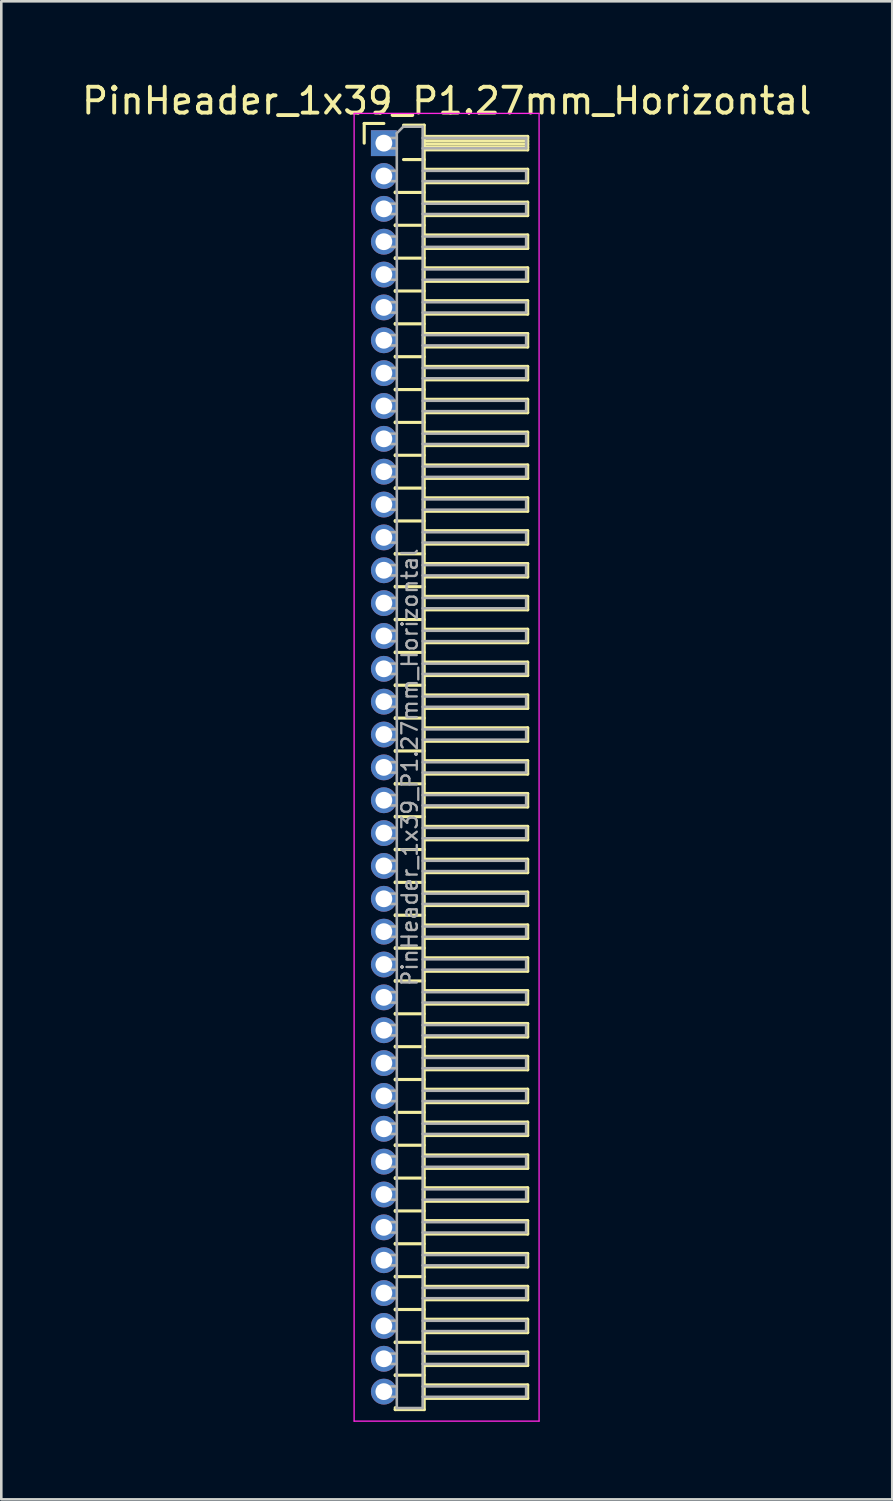
<source format=kicad_pcb>
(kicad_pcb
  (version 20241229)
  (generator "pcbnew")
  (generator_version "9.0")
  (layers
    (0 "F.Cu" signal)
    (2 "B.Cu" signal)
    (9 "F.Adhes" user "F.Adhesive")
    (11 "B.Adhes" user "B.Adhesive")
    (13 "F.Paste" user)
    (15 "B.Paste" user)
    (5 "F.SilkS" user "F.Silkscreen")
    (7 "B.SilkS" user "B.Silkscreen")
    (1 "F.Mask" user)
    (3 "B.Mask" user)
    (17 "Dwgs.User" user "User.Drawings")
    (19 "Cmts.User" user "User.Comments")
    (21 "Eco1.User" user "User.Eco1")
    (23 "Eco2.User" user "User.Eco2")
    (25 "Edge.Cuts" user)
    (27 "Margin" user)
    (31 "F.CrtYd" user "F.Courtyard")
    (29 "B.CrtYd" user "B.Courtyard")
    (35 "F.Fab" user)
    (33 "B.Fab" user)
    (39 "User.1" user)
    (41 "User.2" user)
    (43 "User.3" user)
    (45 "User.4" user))
  (footprint "PinHeader_1x39_P1.27mm_Horizontal"
    (layer "F.Cu")
    (at 11.788 2.483)
    (property "Reference" "PinHeader_1x39_P1.27mm_Horizontal" (at 2.433 -1.635 0) (layer "F.SilkS") (effects (font (size 1 1) (thickness 0.15))))
    (attr through_hole)
    (fp_line (start -0.76 -0.76) (end 0 -0.76) (stroke (width 0.12) (type solid)) (layer "F.SilkS"))
    (fp_line (start -0.76 0) (end -0.76 -0.76) (stroke (width 0.12) (type solid)) (layer "F.SilkS"))
    (fp_line (start 0.44 1.89) (end 0.44 1.92) (stroke (width 0.12) (type solid)) (layer "F.SilkS"))
    (fp_line (start 0.44 1.905) (end 1.56 1.905) (stroke (width 0.12) (type solid)) (layer "F.SilkS"))
    (fp_line (start 0.44 3.16) (end 0.44 3.19) (stroke (width 0.12) (type solid)) (layer "F.SilkS"))
    (fp_line (start 0.44 3.175) (end 1.56 3.175) (stroke (width 0.12) (type solid)) (layer "F.SilkS"))
    (fp_line (start 0.44 4.43) (end 0.44 4.46) (stroke (width 0.12) (type solid)) (layer "F.SilkS"))
    (fp_line (start 0.44 4.445) (end 1.56 4.445) (stroke (width 0.12) (type solid)) (layer "F.SilkS"))
    (fp_line (start 0.44 5.7) (end 0.44 5.73) (stroke (width 0.12) (type solid)) (layer "F.SilkS"))
    (fp_line (start 0.44 5.715) (end 1.56 5.715) (stroke (width 0.12) (type solid)) (layer "F.SilkS"))
    (fp_line (start 0.44 6.97) (end 0.44 7) (stroke (width 0.12) (type solid)) (layer "F.SilkS"))
    (fp_line (start 0.44 6.985) (end 1.56 6.985) (stroke (width 0.12) (type solid)) (layer "F.SilkS"))
    (fp_line (start 0.44 8.24) (end 0.44 8.27) (stroke (width 0.12) (type solid)) (layer "F.SilkS"))
    (fp_line (start 0.44 8.255) (end 1.56 8.255) (stroke (width 0.12) (type solid)) (layer "F.SilkS"))
    (fp_line (start 0.44 9.51) (end 0.44 9.54) (stroke (width 0.12) (type solid)) (layer "F.SilkS"))
    (fp_line (start 0.44 9.525) (end 1.56 9.525) (stroke (width 0.12) (type solid)) (layer "F.SilkS"))
    (fp_line (start 0.44 10.78) (end 0.44 10.81) (stroke (width 0.12) (type solid)) (layer "F.SilkS"))
    (fp_line (start 0.44 10.795) (end 1.56 10.795) (stroke (width 0.12) (type solid)) (layer "F.SilkS"))
    (fp_line (start 0.44 12.05) (end 0.44 12.08) (stroke (width 0.12) (type solid)) (layer "F.SilkS"))
    (fp_line (start 0.44 12.065) (end 1.56 12.065) (stroke (width 0.12) (type solid)) (layer "F.SilkS"))
    (fp_line (start 0.44 13.32) (end 0.44 13.35) (stroke (width 0.12) (type solid)) (layer "F.SilkS"))
    (fp_line (start 0.44 13.335) (end 1.56 13.335) (stroke (width 0.12) (type solid)) (layer "F.SilkS"))
    (fp_line (start 0.44 14.59) (end 0.44 14.62) (stroke (width 0.12) (type solid)) (layer "F.SilkS"))
    (fp_line (start 0.44 14.605) (end 1.56 14.605) (stroke (width 0.12) (type solid)) (layer "F.SilkS"))
    (fp_line (start 0.44 15.86) (end 0.44 15.89) (stroke (width 0.12) (type solid)) (layer "F.SilkS"))
    (fp_line (start 0.44 15.875) (end 1.56 15.875) (stroke (width 0.12) (type solid)) (layer "F.SilkS"))
    (fp_line (start 0.44 17.13) (end 0.44 17.16) (stroke (width 0.12) (type solid)) (layer "F.SilkS"))
    (fp_line (start 0.44 17.145) (end 1.56 17.145) (stroke (width 0.12) (type solid)) (layer "F.SilkS"))
    (fp_line (start 0.44 18.4) (end 0.44 18.43) (stroke (width 0.12) (type solid)) (layer "F.SilkS"))
    (fp_line (start 0.44 18.415) (end 1.56 18.415) (stroke (width 0.12) (type solid)) (layer "F.SilkS"))
    (fp_line (start 0.44 19.67) (end 0.44 19.7) (stroke (width 0.12) (type solid)) (layer "F.SilkS"))
    (fp_line (start 0.44 19.685) (end 1.56 19.685) (stroke (width 0.12) (type solid)) (layer "F.SilkS"))
    (fp_line (start 0.44 20.94) (end 0.44 20.97) (stroke (width 0.12) (type solid)) (layer "F.SilkS"))
    (fp_line (start 0.44 20.955) (end 1.56 20.955) (stroke (width 0.12) (type solid)) (layer "F.SilkS"))
    (fp_line (start 0.44 22.21) (end 0.44 22.24) (stroke (width 0.12) (type solid)) (layer "F.SilkS"))
    (fp_line (start 0.44 22.225) (end 1.56 22.225) (stroke (width 0.12) (type solid)) (layer "F.SilkS"))
    (fp_line (start 0.44 23.48) (end 0.44 23.51) (stroke (width 0.12) (type solid)) (layer "F.SilkS"))
    (fp_line (start 0.44 23.495) (end 1.56 23.495) (stroke (width 0.12) (type solid)) (layer "F.SilkS"))
    (fp_line (start 0.44 24.75) (end 0.44 24.78) (stroke (width 0.12) (type solid)) (layer "F.SilkS"))
    (fp_line (start 0.44 24.765) (end 1.56 24.765) (stroke (width 0.12) (type solid)) (layer "F.SilkS"))
    (fp_line (start 0.44 26.02) (end 0.44 26.05) (stroke (width 0.12) (type solid)) (layer "F.SilkS"))
    (fp_line (start 0.44 26.035) (end 1.56 26.035) (stroke (width 0.12) (type solid)) (layer "F.SilkS"))
    (fp_line (start 0.44 27.29) (end 0.44 27.32) (stroke (width 0.12) (type solid)) (layer "F.SilkS"))
    (fp_line (start 0.44 27.305) (end 1.56 27.305) (stroke (width 0.12) (type solid)) (layer "F.SilkS"))
    (fp_line (start 0.44 28.56) (end 0.44 28.59) (stroke (width 0.12) (type solid)) (layer "F.SilkS"))
    (fp_line (start 0.44 28.575) (end 1.56 28.575) (stroke (width 0.12) (type solid)) (layer "F.SilkS"))
    (fp_line (start 0.44 29.83) (end 0.44 29.86) (stroke (width 0.12) (type solid)) (layer "F.SilkS"))
    (fp_line (start 0.44 29.845) (end 1.56 29.845) (stroke (width 0.12) (type solid)) (layer "F.SilkS"))
    (fp_line (start 0.44 31.1) (end 0.44 31.13) (stroke (width 0.12) (type solid)) (layer "F.SilkS"))
    (fp_line (start 0.44 31.115) (end 1.56 31.115) (stroke (width 0.12) (type solid)) (layer "F.SilkS"))
    (fp_line (start 0.44 32.37) (end 0.44 32.4) (stroke (width 0.12) (type solid)) (layer "F.SilkS"))
    (fp_line (start 0.44 32.385) (end 1.56 32.385) (stroke (width 0.12) (type solid)) (layer "F.SilkS"))
    (fp_line (start 0.44 33.64) (end 0.44 33.67) (stroke (width 0.12) (type solid)) (layer "F.SilkS"))
    (fp_line (start 0.44 33.655) (end 1.56 33.655) (stroke (width 0.12) (type solid)) (layer "F.SilkS"))
    (fp_line (start 0.44 34.91) (end 0.44 34.94) (stroke (width 0.12) (type solid)) (layer "F.SilkS"))
    (fp_line (start 0.44 34.925) (end 1.56 34.925) (stroke (width 0.12) (type solid)) (layer "F.SilkS"))
    (fp_line (start 0.44 36.18) (end 0.44 36.21) (stroke (width 0.12) (type solid)) (layer "F.SilkS"))
    (fp_line (start 0.44 36.195) (end 1.56 36.195) (stroke (width 0.12) (type solid)) (layer "F.SilkS"))
    (fp_line (start 0.44 37.45) (end 0.44 37.48) (stroke (width 0.12) (type solid)) (layer "F.SilkS"))
    (fp_line (start 0.44 37.465) (end 1.56 37.465) (stroke (width 0.12) (type solid)) (layer "F.SilkS"))
    (fp_line (start 0.44 38.72) (end 0.44 38.75) (stroke (width 0.12) (type solid)) (layer "F.SilkS"))
    (fp_line (start 0.44 38.735) (end 1.56 38.735) (stroke (width 0.12) (type solid)) (layer "F.SilkS"))
    (fp_line (start 0.44 39.99) (end 0.44 40.02) (stroke (width 0.12) (type solid)) (layer "F.SilkS"))
    (fp_line (start 0.44 40.005) (end 1.56 40.005) (stroke (width 0.12) (type solid)) (layer "F.SilkS"))
    (fp_line (start 0.44 41.26) (end 0.44 41.29) (stroke (width 0.12) (type solid)) (layer "F.SilkS"))
    (fp_line (start 0.44 41.275) (end 1.56 41.275) (stroke (width 0.12) (type solid)) (layer "F.SilkS"))
    (fp_line (start 0.44 42.53) (end 0.44 42.56) (stroke (width 0.12) (type solid)) (layer "F.SilkS"))
    (fp_line (start 0.44 42.545) (end 1.56 42.545) (stroke (width 0.12) (type solid)) (layer "F.SilkS"))
    (fp_line (start 0.44 43.8) (end 0.44 43.83) (stroke (width 0.12) (type solid)) (layer "F.SilkS"))
    (fp_line (start 0.44 43.815) (end 1.56 43.815) (stroke (width 0.12) (type solid)) (layer "F.SilkS"))
    (fp_line (start 0.44 45.07) (end 0.44 45.1) (stroke (width 0.12) (type solid)) (layer "F.SilkS"))
    (fp_line (start 0.44 45.085) (end 1.56 45.085) (stroke (width 0.12) (type solid)) (layer "F.SilkS"))
    (fp_line (start 0.44 46.34) (end 0.44 46.37) (stroke (width 0.12) (type solid)) (layer "F.SilkS"))
    (fp_line (start 0.44 46.355) (end 1.56 46.355) (stroke (width 0.12) (type solid)) (layer "F.SilkS"))
    (fp_line (start 0.44 47.61) (end 0.44 47.64) (stroke (width 0.12) (type solid)) (layer "F.SilkS"))
    (fp_line (start 0.44 47.625) (end 1.56 47.625) (stroke (width 0.12) (type solid)) (layer "F.SilkS"))
    (fp_line (start 0.44 48.955) (end 0.44 48.88) (stroke (width 0.12) (type solid)) (layer "F.SilkS"))
    (fp_line (start 0.76 -0.695) (end 1.56 -0.695) (stroke (width 0.12) (type solid)) (layer "F.SilkS"))
    (fp_line (start 0.76 0.635) (end 1.56 0.635) (stroke (width 0.12) (type solid)) (layer "F.SilkS"))
    (fp_line (start 1.56 -0.695) (end 1.56 48.955) (stroke (width 0.12) (type solid)) (layer "F.SilkS"))
    (fp_line (start 1.56 -0.26) (end 5.56 -0.26) (stroke (width 0.12) (type solid)) (layer "F.SilkS"))
    (fp_line (start 1.56 -0.2) (end 5.56 -0.2) (stroke (width 0.12) (type solid)) (layer "F.SilkS"))
    (fp_line (start 1.56 -0.08) (end 5.56 -0.08) (stroke (width 0.12) (type solid)) (layer "F.SilkS"))
    (fp_line (start 1.56 0.04) (end 5.56 0.04) (stroke (width 0.12) (type solid)) (layer "F.SilkS"))
    (fp_line (start 1.56 0.16) (end 5.56 0.16) (stroke (width 0.12) (type solid)) (layer "F.SilkS"))
    (fp_line (start 1.56 1.01) (end 5.56 1.01) (stroke (width 0.12) (type solid)) (layer "F.SilkS"))
    (fp_line (start 1.56 2.28) (end 5.56 2.28) (stroke (width 0.12) (type solid)) (layer "F.SilkS"))
    (fp_line (start 1.56 3.55) (end 5.56 3.55) (stroke (width 0.12) (type solid)) (layer "F.SilkS"))
    (fp_line (start 1.56 4.82) (end 5.56 4.82) (stroke (width 0.12) (type solid)) (layer "F.SilkS"))
    (fp_line (start 1.56 6.09) (end 5.56 6.09) (stroke (width 0.12) (type solid)) (layer "F.SilkS"))
    (fp_line (start 1.56 7.36) (end 5.56 7.36) (stroke (width 0.12) (type solid)) (layer "F.SilkS"))
    (fp_line (start 1.56 8.63) (end 5.56 8.63) (stroke (width 0.12) (type solid)) (layer "F.SilkS"))
    (fp_line (start 1.56 9.9) (end 5.56 9.9) (stroke (width 0.12) (type solid)) (layer "F.SilkS"))
    (fp_line (start 1.56 11.17) (end 5.56 11.17) (stroke (width 0.12) (type solid)) (layer "F.SilkS"))
    (fp_line (start 1.56 12.44) (end 5.56 12.44) (stroke (width 0.12) (type solid)) (layer "F.SilkS"))
    (fp_line (start 1.56 13.71) (end 5.56 13.71) (stroke (width 0.12) (type solid)) (layer "F.SilkS"))
    (fp_line (start 1.56 14.98) (end 5.56 14.98) (stroke (width 0.12) (type solid)) (layer "F.SilkS"))
    (fp_line (start 1.56 16.25) (end 5.56 16.25) (stroke (width 0.12) (type solid)) (layer "F.SilkS"))
    (fp_line (start 1.56 17.52) (end 5.56 17.52) (stroke (width 0.12) (type solid)) (layer "F.SilkS"))
    (fp_line (start 1.56 18.79) (end 5.56 18.79) (stroke (width 0.12) (type solid)) (layer "F.SilkS"))
    (fp_line (start 1.56 20.06) (end 5.56 20.06) (stroke (width 0.12) (type solid)) (layer "F.SilkS"))
    (fp_line (start 1.56 21.33) (end 5.56 21.33) (stroke (width 0.12) (type solid)) (layer "F.SilkS"))
    (fp_line (start 1.56 22.6) (end 5.56 22.6) (stroke (width 0.12) (type solid)) (layer "F.SilkS"))
    (fp_line (start 1.56 23.87) (end 5.56 23.87) (stroke (width 0.12) (type solid)) (layer "F.SilkS"))
    (fp_line (start 1.56 25.14) (end 5.56 25.14) (stroke (width 0.12) (type solid)) (layer "F.SilkS"))
    (fp_line (start 1.56 26.41) (end 5.56 26.41) (stroke (width 0.12) (type solid)) (layer "F.SilkS"))
    (fp_line (start 1.56 27.68) (end 5.56 27.68) (stroke (width 0.12) (type solid)) (layer "F.SilkS"))
    (fp_line (start 1.56 28.95) (end 5.56 28.95) (stroke (width 0.12) (type solid)) (layer "F.SilkS"))
    (fp_line (start 1.56 30.22) (end 5.56 30.22) (stroke (width 0.12) (type solid)) (layer "F.SilkS"))
    (fp_line (start 1.56 31.49) (end 5.56 31.49) (stroke (width 0.12) (type solid)) (layer "F.SilkS"))
    (fp_line (start 1.56 32.76) (end 5.56 32.76) (stroke (width 0.12) (type solid)) (layer "F.SilkS"))
    (fp_line (start 1.56 34.03) (end 5.56 34.03) (stroke (width 0.12) (type solid)) (layer "F.SilkS"))
    (fp_line (start 1.56 35.3) (end 5.56 35.3) (stroke (width 0.12) (type solid)) (layer "F.SilkS"))
    (fp_line (start 1.56 36.57) (end 5.56 36.57) (stroke (width 0.12) (type solid)) (layer "F.SilkS"))
    (fp_line (start 1.56 37.84) (end 5.56 37.84) (stroke (width 0.12) (type solid)) (layer "F.SilkS"))
    (fp_line (start 1.56 39.11) (end 5.56 39.11) (stroke (width 0.12) (type solid)) (layer "F.SilkS"))
    (fp_line (start 1.56 40.38) (end 5.56 40.38) (stroke (width 0.12) (type solid)) (layer "F.SilkS"))
    (fp_line (start 1.56 41.65) (end 5.56 41.65) (stroke (width 0.12) (type solid)) (layer "F.SilkS"))
    (fp_line (start 1.56 42.92) (end 5.56 42.92) (stroke (width 0.12) (type solid)) (layer "F.SilkS"))
    (fp_line (start 1.56 44.19) (end 5.56 44.19) (stroke (width 0.12) (type solid)) (layer "F.SilkS"))
    (fp_line (start 1.56 45.46) (end 5.56 45.46) (stroke (width 0.12) (type solid)) (layer "F.SilkS"))
    (fp_line (start 1.56 46.73) (end 5.56 46.73) (stroke (width 0.12) (type solid)) (layer "F.SilkS"))
    (fp_line (start 1.56 48) (end 5.56 48) (stroke (width 0.12) (type solid)) (layer "F.SilkS"))
    (fp_line (start 1.56 48.955) (end 0.44 48.955) (stroke (width 0.12) (type solid)) (layer "F.SilkS"))
    (fp_line (start 5.56 -0.26) (end 5.56 0.26) (stroke (width 0.12) (type solid)) (layer "F.SilkS"))
    (fp_line (start 5.56 0.26) (end 1.56 0.26) (stroke (width 0.12) (type solid)) (layer "F.SilkS"))
    (fp_line (start 5.56 1.01) (end 5.56 1.53) (stroke (width 0.12) (type solid)) (layer "F.SilkS"))
    (fp_line (start 5.56 1.53) (end 1.56 1.53) (stroke (width 0.12) (type solid)) (layer "F.SilkS"))
    (fp_line (start 5.56 2.28) (end 5.56 2.8) (stroke (width 0.12) (type solid)) (layer "F.SilkS"))
    (fp_line (start 5.56 2.8) (end 1.56 2.8) (stroke (width 0.12) (type solid)) (layer "F.SilkS"))
    (fp_line (start 5.56 3.55) (end 5.56 4.07) (stroke (width 0.12) (type solid)) (layer "F.SilkS"))
    (fp_line (start 5.56 4.07) (end 1.56 4.07) (stroke (width 0.12) (type solid)) (layer "F.SilkS"))
    (fp_line (start 5.56 4.82) (end 5.56 5.34) (stroke (width 0.12) (type solid)) (layer "F.SilkS"))
    (fp_line (start 5.56 5.34) (end 1.56 5.34) (stroke (width 0.12) (type solid)) (layer "F.SilkS"))
    (fp_line (start 5.56 6.09) (end 5.56 6.61) (stroke (width 0.12) (type solid)) (layer "F.SilkS"))
    (fp_line (start 5.56 6.61) (end 1.56 6.61) (stroke (width 0.12) (type solid)) (layer "F.SilkS"))
    (fp_line (start 5.56 7.36) (end 5.56 7.88) (stroke (width 0.12) (type solid)) (layer "F.SilkS"))
    (fp_line (start 5.56 7.88) (end 1.56 7.88) (stroke (width 0.12) (type solid)) (layer "F.SilkS"))
    (fp_line (start 5.56 8.63) (end 5.56 9.15) (stroke (width 0.12) (type solid)) (layer "F.SilkS"))
    (fp_line (start 5.56 9.15) (end 1.56 9.15) (stroke (width 0.12) (type solid)) (layer "F.SilkS"))
    (fp_line (start 5.56 9.9) (end 5.56 10.42) (stroke (width 0.12) (type solid)) (layer "F.SilkS"))
    (fp_line (start 5.56 10.42) (end 1.56 10.42) (stroke (width 0.12) (type solid)) (layer "F.SilkS"))
    (fp_line (start 5.56 11.17) (end 5.56 11.69) (stroke (width 0.12) (type solid)) (layer "F.SilkS"))
    (fp_line (start 5.56 11.69) (end 1.56 11.69) (stroke (width 0.12) (type solid)) (layer "F.SilkS"))
    (fp_line (start 5.56 12.44) (end 5.56 12.96) (stroke (width 0.12) (type solid)) (layer "F.SilkS"))
    (fp_line (start 5.56 12.96) (end 1.56 12.96) (stroke (width 0.12) (type solid)) (layer "F.SilkS"))
    (fp_line (start 5.56 13.71) (end 5.56 14.23) (stroke (width 0.12) (type solid)) (layer "F.SilkS"))
    (fp_line (start 5.56 14.23) (end 1.56 14.23) (stroke (width 0.12) (type solid)) (layer "F.SilkS"))
    (fp_line (start 5.56 14.98) (end 5.56 15.5) (stroke (width 0.12) (type solid)) (layer "F.SilkS"))
    (fp_line (start 5.56 15.5) (end 1.56 15.5) (stroke (width 0.12) (type solid)) (layer "F.SilkS"))
    (fp_line (start 5.56 16.25) (end 5.56 16.77) (stroke (width 0.12) (type solid)) (layer "F.SilkS"))
    (fp_line (start 5.56 16.77) (end 1.56 16.77) (stroke (width 0.12) (type solid)) (layer "F.SilkS"))
    (fp_line (start 5.56 17.52) (end 5.56 18.04) (stroke (width 0.12) (type solid)) (layer "F.SilkS"))
    (fp_line (start 5.56 18.04) (end 1.56 18.04) (stroke (width 0.12) (type solid)) (layer "F.SilkS"))
    (fp_line (start 5.56 18.79) (end 5.56 19.31) (stroke (width 0.12) (type solid)) (layer "F.SilkS"))
    (fp_line (start 5.56 19.31) (end 1.56 19.31) (stroke (width 0.12) (type solid)) (layer "F.SilkS"))
    (fp_line (start 5.56 20.06) (end 5.56 20.58) (stroke (width 0.12) (type solid)) (layer "F.SilkS"))
    (fp_line (start 5.56 20.58) (end 1.56 20.58) (stroke (width 0.12) (type solid)) (layer "F.SilkS"))
    (fp_line (start 5.56 21.33) (end 5.56 21.85) (stroke (width 0.12) (type solid)) (layer "F.SilkS"))
    (fp_line (start 5.56 21.85) (end 1.56 21.85) (stroke (width 0.12) (type solid)) (layer "F.SilkS"))
    (fp_line (start 5.56 22.6) (end 5.56 23.12) (stroke (width 0.12) (type solid)) (layer "F.SilkS"))
    (fp_line (start 5.56 23.12) (end 1.56 23.12) (stroke (width 0.12) (type solid)) (layer "F.SilkS"))
    (fp_line (start 5.56 23.87) (end 5.56 24.39) (stroke (width 0.12) (type solid)) (layer "F.SilkS"))
    (fp_line (start 5.56 24.39) (end 1.56 24.39) (stroke (width 0.12) (type solid)) (layer "F.SilkS"))
    (fp_line (start 5.56 25.14) (end 5.56 25.66) (stroke (width 0.12) (type solid)) (layer "F.SilkS"))
    (fp_line (start 5.56 25.66) (end 1.56 25.66) (stroke (width 0.12) (type solid)) (layer "F.SilkS"))
    (fp_line (start 5.56 26.41) (end 5.56 26.93) (stroke (width 0.12) (type solid)) (layer "F.SilkS"))
    (fp_line (start 5.56 26.93) (end 1.56 26.93) (stroke (width 0.12) (type solid)) (layer "F.SilkS"))
    (fp_line (start 5.56 27.68) (end 5.56 28.2) (stroke (width 0.12) (type solid)) (layer "F.SilkS"))
    (fp_line (start 5.56 28.2) (end 1.56 28.2) (stroke (width 0.12) (type solid)) (layer "F.SilkS"))
    (fp_line (start 5.56 28.95) (end 5.56 29.47) (stroke (width 0.12) (type solid)) (layer "F.SilkS"))
    (fp_line (start 5.56 29.47) (end 1.56 29.47) (stroke (width 0.12) (type solid)) (layer "F.SilkS"))
    (fp_line (start 5.56 30.22) (end 5.56 30.74) (stroke (width 0.12) (type solid)) (layer "F.SilkS"))
    (fp_line (start 5.56 30.74) (end 1.56 30.74) (stroke (width 0.12) (type solid)) (layer "F.SilkS"))
    (fp_line (start 5.56 31.49) (end 5.56 32.01) (stroke (width 0.12) (type solid)) (layer "F.SilkS"))
    (fp_line (start 5.56 32.01) (end 1.56 32.01) (stroke (width 0.12) (type solid)) (layer "F.SilkS"))
    (fp_line (start 5.56 32.76) (end 5.56 33.28) (stroke (width 0.12) (type solid)) (layer "F.SilkS"))
    (fp_line (start 5.56 33.28) (end 1.56 33.28) (stroke (width 0.12) (type solid)) (layer "F.SilkS"))
    (fp_line (start 5.56 34.03) (end 5.56 34.55) (stroke (width 0.12) (type solid)) (layer "F.SilkS"))
    (fp_line (start 5.56 34.55) (end 1.56 34.55) (stroke (width 0.12) (type solid)) (layer "F.SilkS"))
    (fp_line (start 5.56 35.3) (end 5.56 35.82) (stroke (width 0.12) (type solid)) (layer "F.SilkS"))
    (fp_line (start 5.56 35.82) (end 1.56 35.82) (stroke (width 0.12) (type solid)) (layer "F.SilkS"))
    (fp_line (start 5.56 36.57) (end 5.56 37.09) (stroke (width 0.12) (type solid)) (layer "F.SilkS"))
    (fp_line (start 5.56 37.09) (end 1.56 37.09) (stroke (width 0.12) (type solid)) (layer "F.SilkS"))
    (fp_line (start 5.56 37.84) (end 5.56 38.36) (stroke (width 0.12) (type solid)) (layer "F.SilkS"))
    (fp_line (start 5.56 38.36) (end 1.56 38.36) (stroke (width 0.12) (type solid)) (layer "F.SilkS"))
    (fp_line (start 5.56 39.11) (end 5.56 39.63) (stroke (width 0.12) (type solid)) (layer "F.SilkS"))
    (fp_line (start 5.56 39.63) (end 1.56 39.63) (stroke (width 0.12) (type solid)) (layer "F.SilkS"))
    (fp_line (start 5.56 40.38) (end 5.56 40.9) (stroke (width 0.12) (type solid)) (layer "F.SilkS"))
    (fp_line (start 5.56 40.9) (end 1.56 40.9) (stroke (width 0.12) (type solid)) (layer "F.SilkS"))
    (fp_line (start 5.56 41.65) (end 5.56 42.17) (stroke (width 0.12) (type solid)) (layer "F.SilkS"))
    (fp_line (start 5.56 42.17) (end 1.56 42.17) (stroke (width 0.12) (type solid)) (layer "F.SilkS"))
    (fp_line (start 5.56 42.92) (end 5.56 43.44) (stroke (width 0.12) (type solid)) (layer "F.SilkS"))
    (fp_line (start 5.56 43.44) (end 1.56 43.44) (stroke (width 0.12) (type solid)) (layer "F.SilkS"))
    (fp_line (start 5.56 44.19) (end 5.56 44.71) (stroke (width 0.12) (type solid)) (layer "F.SilkS"))
    (fp_line (start 5.56 44.71) (end 1.56 44.71) (stroke (width 0.12) (type solid)) (layer "F.SilkS"))
    (fp_line (start 5.56 45.46) (end 5.56 45.98) (stroke (width 0.12) (type solid)) (layer "F.SilkS"))
    (fp_line (start 5.56 45.98) (end 1.56 45.98) (stroke (width 0.12) (type solid)) (layer "F.SilkS"))
    (fp_line (start 5.56 46.73) (end 5.56 47.25) (stroke (width 0.12) (type solid)) (layer "F.SilkS"))
    (fp_line (start 5.56 47.25) (end 1.56 47.25) (stroke (width 0.12) (type solid)) (layer "F.SilkS"))
    (fp_line (start 5.56 48) (end 5.56 48.52) (stroke (width 0.12) (type solid)) (layer "F.SilkS"))
    (fp_line (start 5.56 48.52) (end 1.56 48.52) (stroke (width 0.12) (type solid)) (layer "F.SilkS"))
    (fp_line (start -1.15 -1.15) (end -1.15 49.4) (stroke (width 0.05) (type solid)) (layer "F.CrtYd"))
    (fp_line (start -1.15 49.4) (end 6 49.4) (stroke (width 0.05) (type solid)) (layer "F.CrtYd"))
    (fp_line (start 6 -1.15) (end -1.15 -1.15) (stroke (width 0.05) (type solid)) (layer "F.CrtYd"))
    (fp_line (start 6 49.4) (end 6 -1.15) (stroke (width 0.05) (type solid)) (layer "F.CrtYd"))
    (fp_line (start -0.2 -0.2) (end -0.2 0.2) (stroke (width 0.1) (type solid)) (layer "F.Fab"))
    (fp_line (start -0.2 -0.2) (end 0.5 -0.2) (stroke (width 0.1) (type solid)) (layer "F.Fab"))
    (fp_line (start -0.2 0.2) (end 0.5 0.2) (stroke (width 0.1) (type solid)) (layer "F.Fab"))
    (fp_line (start -0.2 1.07) (end -0.2 1.47) (stroke (width 0.1) (type solid)) (layer "F.Fab"))
    (fp_line (start -0.2 1.07) (end 0.5 1.07) (stroke (width 0.1) (type solid)) (layer "F.Fab"))
    (fp_line (start -0.2 1.47) (end 0.5 1.47) (stroke (width 0.1) (type solid)) (layer "F.Fab"))
    (fp_line (start -0.2 2.34) (end -0.2 2.74) (stroke (width 0.1) (type solid)) (layer "F.Fab"))
    (fp_line (start -0.2 2.34) (end 0.5 2.34) (stroke (width 0.1) (type solid)) (layer "F.Fab"))
    (fp_line (start -0.2 2.74) (end 0.5 2.74) (stroke (width 0.1) (type solid)) (layer "F.Fab"))
    (fp_line (start -0.2 3.61) (end -0.2 4.01) (stroke (width 0.1) (type solid)) (layer "F.Fab"))
    (fp_line (start -0.2 3.61) (end 0.5 3.61) (stroke (width 0.1) (type solid)) (layer "F.Fab"))
    (fp_line (start -0.2 4.01) (end 0.5 4.01) (stroke (width 0.1) (type solid)) (layer "F.Fab"))
    (fp_line (start -0.2 4.88) (end -0.2 5.28) (stroke (width 0.1) (type solid)) (layer "F.Fab"))
    (fp_line (start -0.2 4.88) (end 0.5 4.88) (stroke (width 0.1) (type solid)) (layer "F.Fab"))
    (fp_line (start -0.2 5.28) (end 0.5 5.28) (stroke (width 0.1) (type solid)) (layer "F.Fab"))
    (fp_line (start -0.2 6.15) (end -0.2 6.55) (stroke (width 0.1) (type solid)) (layer "F.Fab"))
    (fp_line (start -0.2 6.15) (end 0.5 6.15) (stroke (width 0.1) (type solid)) (layer "F.Fab"))
    (fp_line (start -0.2 6.55) (end 0.5 6.55) (stroke (width 0.1) (type solid)) (layer "F.Fab"))
    (fp_line (start -0.2 7.42) (end -0.2 7.82) (stroke (width 0.1) (type solid)) (layer "F.Fab"))
    (fp_line (start -0.2 7.42) (end 0.5 7.42) (stroke (width 0.1) (type solid)) (layer "F.Fab"))
    (fp_line (start -0.2 7.82) (end 0.5 7.82) (stroke (width 0.1) (type solid)) (layer "F.Fab"))
    (fp_line (start -0.2 8.69) (end -0.2 9.09) (stroke (width 0.1) (type solid)) (layer "F.Fab"))
    (fp_line (start -0.2 8.69) (end 0.5 8.69) (stroke (width 0.1) (type solid)) (layer "F.Fab"))
    (fp_line (start -0.2 9.09) (end 0.5 9.09) (stroke (width 0.1) (type solid)) (layer "F.Fab"))
    (fp_line (start -0.2 9.96) (end -0.2 10.36) (stroke (width 0.1) (type solid)) (layer "F.Fab"))
    (fp_line (start -0.2 9.96) (end 0.5 9.96) (stroke (width 0.1) (type solid)) (layer "F.Fab"))
    (fp_line (start -0.2 10.36) (end 0.5 10.36) (stroke (width 0.1) (type solid)) (layer "F.Fab"))
    (fp_line (start -0.2 11.23) (end -0.2 11.63) (stroke (width 0.1) (type solid)) (layer "F.Fab"))
    (fp_line (start -0.2 11.23) (end 0.5 11.23) (stroke (width 0.1) (type solid)) (layer "F.Fab"))
    (fp_line (start -0.2 11.63) (end 0.5 11.63) (stroke (width 0.1) (type solid)) (layer "F.Fab"))
    (fp_line (start -0.2 12.5) (end -0.2 12.9) (stroke (width 0.1) (type solid)) (layer "F.Fab"))
    (fp_line (start -0.2 12.5) (end 0.5 12.5) (stroke (width 0.1) (type solid)) (layer "F.Fab"))
    (fp_line (start -0.2 12.9) (end 0.5 12.9) (stroke (width 0.1) (type solid)) (layer "F.Fab"))
    (fp_line (start -0.2 13.77) (end -0.2 14.17) (stroke (width 0.1) (type solid)) (layer "F.Fab"))
    (fp_line (start -0.2 13.77) (end 0.5 13.77) (stroke (width 0.1) (type solid)) (layer "F.Fab"))
    (fp_line (start -0.2 14.17) (end 0.5 14.17) (stroke (width 0.1) (type solid)) (layer "F.Fab"))
    (fp_line (start -0.2 15.04) (end -0.2 15.44) (stroke (width 0.1) (type solid)) (layer "F.Fab"))
    (fp_line (start -0.2 15.04) (end 0.5 15.04) (stroke (width 0.1) (type solid)) (layer "F.Fab"))
    (fp_line (start -0.2 15.44) (end 0.5 15.44) (stroke (width 0.1) (type solid)) (layer "F.Fab"))
    (fp_line (start -0.2 16.31) (end -0.2 16.71) (stroke (width 0.1) (type solid)) (layer "F.Fab"))
    (fp_line (start -0.2 16.31) (end 0.5 16.31) (stroke (width 0.1) (type solid)) (layer "F.Fab"))
    (fp_line (start -0.2 16.71) (end 0.5 16.71) (stroke (width 0.1) (type solid)) (layer "F.Fab"))
    (fp_line (start -0.2 17.58) (end -0.2 17.98) (stroke (width 0.1) (type solid)) (layer "F.Fab"))
    (fp_line (start -0.2 17.58) (end 0.5 17.58) (stroke (width 0.1) (type solid)) (layer "F.Fab"))
    (fp_line (start -0.2 17.98) (end 0.5 17.98) (stroke (width 0.1) (type solid)) (layer "F.Fab"))
    (fp_line (start -0.2 18.85) (end -0.2 19.25) (stroke (width 0.1) (type solid)) (layer "F.Fab"))
    (fp_line (start -0.2 18.85) (end 0.5 18.85) (stroke (width 0.1) (type solid)) (layer "F.Fab"))
    (fp_line (start -0.2 19.25) (end 0.5 19.25) (stroke (width 0.1) (type solid)) (layer "F.Fab"))
    (fp_line (start -0.2 20.12) (end -0.2 20.52) (stroke (width 0.1) (type solid)) (layer "F.Fab"))
    (fp_line (start -0.2 20.12) (end 0.5 20.12) (stroke (width 0.1) (type solid)) (layer "F.Fab"))
    (fp_line (start -0.2 20.52) (end 0.5 20.52) (stroke (width 0.1) (type solid)) (layer "F.Fab"))
    (fp_line (start -0.2 21.39) (end -0.2 21.79) (stroke (width 0.1) (type solid)) (layer "F.Fab"))
    (fp_line (start -0.2 21.39) (end 0.5 21.39) (stroke (width 0.1) (type solid)) (layer "F.Fab"))
    (fp_line (start -0.2 21.79) (end 0.5 21.79) (stroke (width 0.1) (type solid)) (layer "F.Fab"))
    (fp_line (start -0.2 22.66) (end -0.2 23.06) (stroke (width 0.1) (type solid)) (layer "F.Fab"))
    (fp_line (start -0.2 22.66) (end 0.5 22.66) (stroke (width 0.1) (type solid)) (layer "F.Fab"))
    (fp_line (start -0.2 23.06) (end 0.5 23.06) (stroke (width 0.1) (type solid)) (layer "F.Fab"))
    (fp_line (start -0.2 23.93) (end -0.2 24.33) (stroke (width 0.1) (type solid)) (layer "F.Fab"))
    (fp_line (start -0.2 23.93) (end 0.5 23.93) (stroke (width 0.1) (type solid)) (layer "F.Fab"))
    (fp_line (start -0.2 24.33) (end 0.5 24.33) (stroke (width 0.1) (type solid)) (layer "F.Fab"))
    (fp_line (start -0.2 25.2) (end -0.2 25.6) (stroke (width 0.1) (type solid)) (layer "F.Fab"))
    (fp_line (start -0.2 25.2) (end 0.5 25.2) (stroke (width 0.1) (type solid)) (layer "F.Fab"))
    (fp_line (start -0.2 25.6) (end 0.5 25.6) (stroke (width 0.1) (type solid)) (layer "F.Fab"))
    (fp_line (start -0.2 26.47) (end -0.2 26.87) (stroke (width 0.1) (type solid)) (layer "F.Fab"))
    (fp_line (start -0.2 26.47) (end 0.5 26.47) (stroke (width 0.1) (type solid)) (layer "F.Fab"))
    (fp_line (start -0.2 26.87) (end 0.5 26.87) (stroke (width 0.1) (type solid)) (layer "F.Fab"))
    (fp_line (start -0.2 27.74) (end -0.2 28.14) (stroke (width 0.1) (type solid)) (layer "F.Fab"))
    (fp_line (start -0.2 27.74) (end 0.5 27.74) (stroke (width 0.1) (type solid)) (layer "F.Fab"))
    (fp_line (start -0.2 28.14) (end 0.5 28.14) (stroke (width 0.1) (type solid)) (layer "F.Fab"))
    (fp_line (start -0.2 29.01) (end -0.2 29.41) (stroke (width 0.1) (type solid)) (layer "F.Fab"))
    (fp_line (start -0.2 29.01) (end 0.5 29.01) (stroke (width 0.1) (type solid)) (layer "F.Fab"))
    (fp_line (start -0.2 29.41) (end 0.5 29.41) (stroke (width 0.1) (type solid)) (layer "F.Fab"))
    (fp_line (start -0.2 30.28) (end -0.2 30.68) (stroke (width 0.1) (type solid)) (layer "F.Fab"))
    (fp_line (start -0.2 30.28) (end 0.5 30.28) (stroke (width 0.1) (type solid)) (layer "F.Fab"))
    (fp_line (start -0.2 30.68) (end 0.5 30.68) (stroke (width 0.1) (type solid)) (layer "F.Fab"))
    (fp_line (start -0.2 31.55) (end -0.2 31.95) (stroke (width 0.1) (type solid)) (layer "F.Fab"))
    (fp_line (start -0.2 31.55) (end 0.5 31.55) (stroke (width 0.1) (type solid)) (layer "F.Fab"))
    (fp_line (start -0.2 31.95) (end 0.5 31.95) (stroke (width 0.1) (type solid)) (layer "F.Fab"))
    (fp_line (start -0.2 32.82) (end -0.2 33.22) (stroke (width 0.1) (type solid)) (layer "F.Fab"))
    (fp_line (start -0.2 32.82) (end 0.5 32.82) (stroke (width 0.1) (type solid)) (layer "F.Fab"))
    (fp_line (start -0.2 33.22) (end 0.5 33.22) (stroke (width 0.1) (type solid)) (layer "F.Fab"))
    (fp_line (start -0.2 34.09) (end -0.2 34.49) (stroke (width 0.1) (type solid)) (layer "F.Fab"))
    (fp_line (start -0.2 34.09) (end 0.5 34.09) (stroke (width 0.1) (type solid)) (layer "F.Fab"))
    (fp_line (start -0.2 34.49) (end 0.5 34.49) (stroke (width 0.1) (type solid)) (layer "F.Fab"))
    (fp_line (start -0.2 35.36) (end -0.2 35.76) (stroke (width 0.1) (type solid)) (layer "F.Fab"))
    (fp_line (start -0.2 35.36) (end 0.5 35.36) (stroke (width 0.1) (type solid)) (layer "F.Fab"))
    (fp_line (start -0.2 35.76) (end 0.5 35.76) (stroke (width 0.1) (type solid)) (layer "F.Fab"))
    (fp_line (start -0.2 36.63) (end -0.2 37.03) (stroke (width 0.1) (type solid)) (layer "F.Fab"))
    (fp_line (start -0.2 36.63) (end 0.5 36.63) (stroke (width 0.1) (type solid)) (layer "F.Fab"))
    (fp_line (start -0.2 37.03) (end 0.5 37.03) (stroke (width 0.1) (type solid)) (layer "F.Fab"))
    (fp_line (start -0.2 37.9) (end -0.2 38.3) (stroke (width 0.1) (type solid)) (layer "F.Fab"))
    (fp_line (start -0.2 37.9) (end 0.5 37.9) (stroke (width 0.1) (type solid)) (layer "F.Fab"))
    (fp_line (start -0.2 38.3) (end 0.5 38.3) (stroke (width 0.1) (type solid)) (layer "F.Fab"))
    (fp_line (start -0.2 39.17) (end -0.2 39.57) (stroke (width 0.1) (type solid)) (layer "F.Fab"))
    (fp_line (start -0.2 39.17) (end 0.5 39.17) (stroke (width 0.1) (type solid)) (layer "F.Fab"))
    (fp_line (start -0.2 39.57) (end 0.5 39.57) (stroke (width 0.1) (type solid)) (layer "F.Fab"))
    (fp_line (start -0.2 40.44) (end -0.2 40.84) (stroke (width 0.1) (type solid)) (layer "F.Fab"))
    (fp_line (start -0.2 40.44) (end 0.5 40.44) (stroke (width 0.1) (type solid)) (layer "F.Fab"))
    (fp_line (start -0.2 40.84) (end 0.5 40.84) (stroke (width 0.1) (type solid)) (layer "F.Fab"))
    (fp_line (start -0.2 41.71) (end -0.2 42.11) (stroke (width 0.1) (type solid)) (layer "F.Fab"))
    (fp_line (start -0.2 41.71) (end 0.5 41.71) (stroke (width 0.1) (type solid)) (layer "F.Fab"))
    (fp_line (start -0.2 42.11) (end 0.5 42.11) (stroke (width 0.1) (type solid)) (layer "F.Fab"))
    (fp_line (start -0.2 42.98) (end -0.2 43.38) (stroke (width 0.1) (type solid)) (layer "F.Fab"))
    (fp_line (start -0.2 42.98) (end 0.5 42.98) (stroke (width 0.1) (type solid)) (layer "F.Fab"))
    (fp_line (start -0.2 43.38) (end 0.5 43.38) (stroke (width 0.1) (type solid)) (layer "F.Fab"))
    (fp_line (start -0.2 44.25) (end -0.2 44.65) (stroke (width 0.1) (type solid)) (layer "F.Fab"))
    (fp_line (start -0.2 44.25) (end 0.5 44.25) (stroke (width 0.1) (type solid)) (layer "F.Fab"))
    (fp_line (start -0.2 44.65) (end 0.5 44.65) (stroke (width 0.1) (type solid)) (layer "F.Fab"))
    (fp_line (start -0.2 45.52) (end -0.2 45.92) (stroke (width 0.1) (type solid)) (layer "F.Fab"))
    (fp_line (start -0.2 45.52) (end 0.5 45.52) (stroke (width 0.1) (type solid)) (layer "F.Fab"))
    (fp_line (start -0.2 45.92) (end 0.5 45.92) (stroke (width 0.1) (type solid)) (layer "F.Fab"))
    (fp_line (start -0.2 46.79) (end -0.2 47.19) (stroke (width 0.1) (type solid)) (layer "F.Fab"))
    (fp_line (start -0.2 46.79) (end 0.5 46.79) (stroke (width 0.1) (type solid)) (layer "F.Fab"))
    (fp_line (start -0.2 47.19) (end 0.5 47.19) (stroke (width 0.1) (type solid)) (layer "F.Fab"))
    (fp_line (start -0.2 48.06) (end -0.2 48.46) (stroke (width 0.1) (type solid)) (layer "F.Fab"))
    (fp_line (start -0.2 48.06) (end 0.5 48.06) (stroke (width 0.1) (type solid)) (layer "F.Fab"))
    (fp_line (start -0.2 48.46) (end 0.5 48.46) (stroke (width 0.1) (type solid)) (layer "F.Fab"))
    (fp_line (start 0.5 -0.385) (end 0.75 -0.635) (stroke (width 0.1) (type solid)) (layer "F.Fab"))
    (fp_line (start 0.5 48.895) (end 0.5 -0.385) (stroke (width 0.1) (type solid)) (layer "F.Fab"))
    (fp_line (start 0.75 -0.635) (end 1.5 -0.635) (stroke (width 0.1) (type solid)) (layer "F.Fab"))
    (fp_line (start 1.5 -0.635) (end 1.5 48.895) (stroke (width 0.1) (type solid)) (layer "F.Fab"))
    (fp_line (start 1.5 -0.2) (end 5.5 -0.2) (stroke (width 0.1) (type solid)) (layer "F.Fab"))
    (fp_line (start 1.5 0.2) (end 5.5 0.2) (stroke (width 0.1) (type solid)) (layer "F.Fab"))
    (fp_line (start 1.5 1.07) (end 5.5 1.07) (stroke (width 0.1) (type solid)) (layer "F.Fab"))
    (fp_line (start 1.5 1.47) (end 5.5 1.47) (stroke (width 0.1) (type solid)) (layer "F.Fab"))
    (fp_line (start 1.5 2.34) (end 5.5 2.34) (stroke (width 0.1) (type solid)) (layer "F.Fab"))
    (fp_line (start 1.5 2.74) (end 5.5 2.74) (stroke (width 0.1) (type solid)) (layer "F.Fab"))
    (fp_line (start 1.5 3.61) (end 5.5 3.61) (stroke (width 0.1) (type solid)) (layer "F.Fab"))
    (fp_line (start 1.5 4.01) (end 5.5 4.01) (stroke (width 0.1) (type solid)) (layer "F.Fab"))
    (fp_line (start 1.5 4.88) (end 5.5 4.88) (stroke (width 0.1) (type solid)) (layer "F.Fab"))
    (fp_line (start 1.5 5.28) (end 5.5 5.28) (stroke (width 0.1) (type solid)) (layer "F.Fab"))
    (fp_line (start 1.5 6.15) (end 5.5 6.15) (stroke (width 0.1) (type solid)) (layer "F.Fab"))
    (fp_line (start 1.5 6.55) (end 5.5 6.55) (stroke (width 0.1) (type solid)) (layer "F.Fab"))
    (fp_line (start 1.5 7.42) (end 5.5 7.42) (stroke (width 0.1) (type solid)) (layer "F.Fab"))
    (fp_line (start 1.5 7.82) (end 5.5 7.82) (stroke (width 0.1) (type solid)) (layer "F.Fab"))
    (fp_line (start 1.5 8.69) (end 5.5 8.69) (stroke (width 0.1) (type solid)) (layer "F.Fab"))
    (fp_line (start 1.5 9.09) (end 5.5 9.09) (stroke (width 0.1) (type solid)) (layer "F.Fab"))
    (fp_line (start 1.5 9.96) (end 5.5 9.96) (stroke (width 0.1) (type solid)) (layer "F.Fab"))
    (fp_line (start 1.5 10.36) (end 5.5 10.36) (stroke (width 0.1) (type solid)) (layer "F.Fab"))
    (fp_line (start 1.5 11.23) (end 5.5 11.23) (stroke (width 0.1) (type solid)) (layer "F.Fab"))
    (fp_line (start 1.5 11.63) (end 5.5 11.63) (stroke (width 0.1) (type solid)) (layer "F.Fab"))
    (fp_line (start 1.5 12.5) (end 5.5 12.5) (stroke (width 0.1) (type solid)) (layer "F.Fab"))
    (fp_line (start 1.5 12.9) (end 5.5 12.9) (stroke (width 0.1) (type solid)) (layer "F.Fab"))
    (fp_line (start 1.5 13.77) (end 5.5 13.77) (stroke (width 0.1) (type solid)) (layer "F.Fab"))
    (fp_line (start 1.5 14.17) (end 5.5 14.17) (stroke (width 0.1) (type solid)) (layer "F.Fab"))
    (fp_line (start 1.5 15.04) (end 5.5 15.04) (stroke (width 0.1) (type solid)) (layer "F.Fab"))
    (fp_line (start 1.5 15.44) (end 5.5 15.44) (stroke (width 0.1) (type solid)) (layer "F.Fab"))
    (fp_line (start 1.5 16.31) (end 5.5 16.31) (stroke (width 0.1) (type solid)) (layer "F.Fab"))
    (fp_line (start 1.5 16.71) (end 5.5 16.71) (stroke (width 0.1) (type solid)) (layer "F.Fab"))
    (fp_line (start 1.5 17.58) (end 5.5 17.58) (stroke (width 0.1) (type solid)) (layer "F.Fab"))
    (fp_line (start 1.5 17.98) (end 5.5 17.98) (stroke (width 0.1) (type solid)) (layer "F.Fab"))
    (fp_line (start 1.5 18.85) (end 5.5 18.85) (stroke (width 0.1) (type solid)) (layer "F.Fab"))
    (fp_line (start 1.5 19.25) (end 5.5 19.25) (stroke (width 0.1) (type solid)) (layer "F.Fab"))
    (fp_line (start 1.5 20.12) (end 5.5 20.12) (stroke (width 0.1) (type solid)) (layer "F.Fab"))
    (fp_line (start 1.5 20.52) (end 5.5 20.52) (stroke (width 0.1) (type solid)) (layer "F.Fab"))
    (fp_line (start 1.5 21.39) (end 5.5 21.39) (stroke (width 0.1) (type solid)) (layer "F.Fab"))
    (fp_line (start 1.5 21.79) (end 5.5 21.79) (stroke (width 0.1) (type solid)) (layer "F.Fab"))
    (fp_line (start 1.5 22.66) (end 5.5 22.66) (stroke (width 0.1) (type solid)) (layer "F.Fab"))
    (fp_line (start 1.5 23.06) (end 5.5 23.06) (stroke (width 0.1) (type solid)) (layer "F.Fab"))
    (fp_line (start 1.5 23.93) (end 5.5 23.93) (stroke (width 0.1) (type solid)) (layer "F.Fab"))
    (fp_line (start 1.5 24.33) (end 5.5 24.33) (stroke (width 0.1) (type solid)) (layer "F.Fab"))
    (fp_line (start 1.5 25.2) (end 5.5 25.2) (stroke (width 0.1) (type solid)) (layer "F.Fab"))
    (fp_line (start 1.5 25.6) (end 5.5 25.6) (stroke (width 0.1) (type solid)) (layer "F.Fab"))
    (fp_line (start 1.5 26.47) (end 5.5 26.47) (stroke (width 0.1) (type solid)) (layer "F.Fab"))
    (fp_line (start 1.5 26.87) (end 5.5 26.87) (stroke (width 0.1) (type solid)) (layer "F.Fab"))
    (fp_line (start 1.5 27.74) (end 5.5 27.74) (stroke (width 0.1) (type solid)) (layer "F.Fab"))
    (fp_line (start 1.5 28.14) (end 5.5 28.14) (stroke (width 0.1) (type solid)) (layer "F.Fab"))
    (fp_line (start 1.5 29.01) (end 5.5 29.01) (stroke (width 0.1) (type solid)) (layer "F.Fab"))
    (fp_line (start 1.5 29.41) (end 5.5 29.41) (stroke (width 0.1) (type solid)) (layer "F.Fab"))
    (fp_line (start 1.5 30.28) (end 5.5 30.28) (stroke (width 0.1) (type solid)) (layer "F.Fab"))
    (fp_line (start 1.5 30.68) (end 5.5 30.68) (stroke (width 0.1) (type solid)) (layer "F.Fab"))
    (fp_line (start 1.5 31.55) (end 5.5 31.55) (stroke (width 0.1) (type solid)) (layer "F.Fab"))
    (fp_line (start 1.5 31.95) (end 5.5 31.95) (stroke (width 0.1) (type solid)) (layer "F.Fab"))
    (fp_line (start 1.5 32.82) (end 5.5 32.82) (stroke (width 0.1) (type solid)) (layer "F.Fab"))
    (fp_line (start 1.5 33.22) (end 5.5 33.22) (stroke (width 0.1) (type solid)) (layer "F.Fab"))
    (fp_line (start 1.5 34.09) (end 5.5 34.09) (stroke (width 0.1) (type solid)) (layer "F.Fab"))
    (fp_line (start 1.5 34.49) (end 5.5 34.49) (stroke (width 0.1) (type solid)) (layer "F.Fab"))
    (fp_line (start 1.5 35.36) (end 5.5 35.36) (stroke (width 0.1) (type solid)) (layer "F.Fab"))
    (fp_line (start 1.5 35.76) (end 5.5 35.76) (stroke (width 0.1) (type solid)) (layer "F.Fab"))
    (fp_line (start 1.5 36.63) (end 5.5 36.63) (stroke (width 0.1) (type solid)) (layer "F.Fab"))
    (fp_line (start 1.5 37.03) (end 5.5 37.03) (stroke (width 0.1) (type solid)) (layer "F.Fab"))
    (fp_line (start 1.5 37.9) (end 5.5 37.9) (stroke (width 0.1) (type solid)) (layer "F.Fab"))
    (fp_line (start 1.5 38.3) (end 5.5 38.3) (stroke (width 0.1) (type solid)) (layer "F.Fab"))
    (fp_line (start 1.5 39.17) (end 5.5 39.17) (stroke (width 0.1) (type solid)) (layer "F.Fab"))
    (fp_line (start 1.5 39.57) (end 5.5 39.57) (stroke (width 0.1) (type solid)) (layer "F.Fab"))
    (fp_line (start 1.5 40.44) (end 5.5 40.44) (stroke (width 0.1) (type solid)) (layer "F.Fab"))
    (fp_line (start 1.5 40.84) (end 5.5 40.84) (stroke (width 0.1) (type solid)) (layer "F.Fab"))
    (fp_line (start 1.5 41.71) (end 5.5 41.71) (stroke (width 0.1) (type solid)) (layer "F.Fab"))
    (fp_line (start 1.5 42.11) (end 5.5 42.11) (stroke (width 0.1) (type solid)) (layer "F.Fab"))
    (fp_line (start 1.5 42.98) (end 5.5 42.98) (stroke (width 0.1) (type solid)) (layer "F.Fab"))
    (fp_line (start 1.5 43.38) (end 5.5 43.38) (stroke (width 0.1) (type solid)) (layer "F.Fab"))
    (fp_line (start 1.5 44.25) (end 5.5 44.25) (stroke (width 0.1) (type solid)) (layer "F.Fab"))
    (fp_line (start 1.5 44.65) (end 5.5 44.65) (stroke (width 0.1) (type solid)) (layer "F.Fab"))
    (fp_line (start 1.5 45.52) (end 5.5 45.52) (stroke (width 0.1) (type solid)) (layer "F.Fab"))
    (fp_line (start 1.5 45.92) (end 5.5 45.92) (stroke (width 0.1) (type solid)) (layer "F.Fab"))
    (fp_line (start 1.5 46.79) (end 5.5 46.79) (stroke (width 0.1) (type solid)) (layer "F.Fab"))
    (fp_line (start 1.5 47.19) (end 5.5 47.19) (stroke (width 0.1) (type solid)) (layer "F.Fab"))
    (fp_line (start 1.5 48.06) (end 5.5 48.06) (stroke (width 0.1) (type solid)) (layer "F.Fab"))
    (fp_line (start 1.5 48.46) (end 5.5 48.46) (stroke (width 0.1) (type solid)) (layer "F.Fab"))
    (fp_line (start 1.5 48.895) (end 0.5 48.895) (stroke (width 0.1) (type solid)) (layer "F.Fab"))
    (fp_line (start 5.5 -0.2) (end 5.5 0.2) (stroke (width 0.1) (type solid)) (layer "F.Fab"))
    (fp_line (start 5.5 1.07) (end 5.5 1.47) (stroke (width 0.1) (type solid)) (layer "F.Fab"))
    (fp_line (start 5.5 2.34) (end 5.5 2.74) (stroke (width 0.1) (type solid)) (layer "F.Fab"))
    (fp_line (start 5.5 3.61) (end 5.5 4.01) (stroke (width 0.1) (type solid)) (layer "F.Fab"))
    (fp_line (start 5.5 4.88) (end 5.5 5.28) (stroke (width 0.1) (type solid)) (layer "F.Fab"))
    (fp_line (start 5.5 6.15) (end 5.5 6.55) (stroke (width 0.1) (type solid)) (layer "F.Fab"))
    (fp_line (start 5.5 7.42) (end 5.5 7.82) (stroke (width 0.1) (type solid)) (layer "F.Fab"))
    (fp_line (start 5.5 8.69) (end 5.5 9.09) (stroke (width 0.1) (type solid)) (layer "F.Fab"))
    (fp_line (start 5.5 9.96) (end 5.5 10.36) (stroke (width 0.1) (type solid)) (layer "F.Fab"))
    (fp_line (start 5.5 11.23) (end 5.5 11.63) (stroke (width 0.1) (type solid)) (layer "F.Fab"))
    (fp_line (start 5.5 12.5) (end 5.5 12.9) (stroke (width 0.1) (type solid)) (layer "F.Fab"))
    (fp_line (start 5.5 13.77) (end 5.5 14.17) (stroke (width 0.1) (type solid)) (layer "F.Fab"))
    (fp_line (start 5.5 15.04) (end 5.5 15.44) (stroke (width 0.1) (type solid)) (layer "F.Fab"))
    (fp_line (start 5.5 16.31) (end 5.5 16.71) (stroke (width 0.1) (type solid)) (layer "F.Fab"))
    (fp_line (start 5.5 17.58) (end 5.5 17.98) (stroke (width 0.1) (type solid)) (layer "F.Fab"))
    (fp_line (start 5.5 18.85) (end 5.5 19.25) (stroke (width 0.1) (type solid)) (layer "F.Fab"))
    (fp_line (start 5.5 20.12) (end 5.5 20.52) (stroke (width 0.1) (type solid)) (layer "F.Fab"))
    (fp_line (start 5.5 21.39) (end 5.5 21.79) (stroke (width 0.1) (type solid)) (layer "F.Fab"))
    (fp_line (start 5.5 22.66) (end 5.5 23.06) (stroke (width 0.1) (type solid)) (layer "F.Fab"))
    (fp_line (start 5.5 23.93) (end 5.5 24.33) (stroke (width 0.1) (type solid)) (layer "F.Fab"))
    (fp_line (start 5.5 25.2) (end 5.5 25.6) (stroke (width 0.1) (type solid)) (layer "F.Fab"))
    (fp_line (start 5.5 26.47) (end 5.5 26.87) (stroke (width 0.1) (type solid)) (layer "F.Fab"))
    (fp_line (start 5.5 27.74) (end 5.5 28.14) (stroke (width 0.1) (type solid)) (layer "F.Fab"))
    (fp_line (start 5.5 29.01) (end 5.5 29.41) (stroke (width 0.1) (type solid)) (layer "F.Fab"))
    (fp_line (start 5.5 30.28) (end 5.5 30.68) (stroke (width 0.1) (type solid)) (layer "F.Fab"))
    (fp_line (start 5.5 31.55) (end 5.5 31.95) (stroke (width 0.1) (type solid)) (layer "F.Fab"))
    (fp_line (start 5.5 32.82) (end 5.5 33.22) (stroke (width 0.1) (type solid)) (layer "F.Fab"))
    (fp_line (start 5.5 34.09) (end 5.5 34.49) (stroke (width 0.1) (type solid)) (layer "F.Fab"))
    (fp_line (start 5.5 35.36) (end 5.5 35.76) (stroke (width 0.1) (type solid)) (layer "F.Fab"))
    (fp_line (start 5.5 36.63) (end 5.5 37.03) (stroke (width 0.1) (type solid)) (layer "F.Fab"))
    (fp_line (start 5.5 37.9) (end 5.5 38.3) (stroke (width 0.1) (type solid)) (layer "F.Fab"))
    (fp_line (start 5.5 39.17) (end 5.5 39.57) (stroke (width 0.1) (type solid)) (layer "F.Fab"))
    (fp_line (start 5.5 40.44) (end 5.5 40.84) (stroke (width 0.1) (type solid)) (layer "F.Fab"))
    (fp_line (start 5.5 41.71) (end 5.5 42.11) (stroke (width 0.1) (type solid)) (layer "F.Fab"))
    (fp_line (start 5.5 42.98) (end 5.5 43.38) (stroke (width 0.1) (type solid)) (layer "F.Fab"))
    (fp_line (start 5.5 44.25) (end 5.5 44.65) (stroke (width 0.1) (type solid)) (layer "F.Fab"))
    (fp_line (start 5.5 45.52) (end 5.5 45.92) (stroke (width 0.1) (type solid)) (layer "F.Fab"))
    (fp_line (start 5.5 46.79) (end 5.5 47.19) (stroke (width 0.1) (type solid)) (layer "F.Fab"))
    (fp_line (start 5.5 48.06) (end 5.5 48.46) (stroke (width 0.1) (type solid)) (layer "F.Fab"))
    (fp_text user "${REFERENCE}" (at 1 24.13 90) (layer "F.Fab") (effects (font (size 0.6 0.6) (thickness 0.09))))
    (pad "1" thru_hole rect (at 0 0) (size 1 1) (drill 0.65) (layers "*.Cu" "*.Mask"))
    (pad "2" thru_hole oval (at 0 1.27) (size 1 1) (drill 0.65) (layers "*.Cu" "*.Mask"))
    (pad "3" thru_hole oval (at 0 2.54) (size 1 1) (drill 0.65) (layers "*.Cu" "*.Mask"))
    (pad "4" thru_hole oval (at 0 3.81) (size 1 1) (drill 0.65) (layers "*.Cu" "*.Mask"))
    (pad "5" thru_hole oval (at 0 5.08) (size 1 1) (drill 0.65) (layers "*.Cu" "*.Mask"))
    (pad "6" thru_hole oval (at 0 6.35) (size 1 1) (drill 0.65) (layers "*.Cu" "*.Mask"))
    (pad "7" thru_hole oval (at 0 7.62) (size 1 1) (drill 0.65) (layers "*.Cu" "*.Mask"))
    (pad "8" thru_hole oval (at 0 8.89) (size 1 1) (drill 0.65) (layers "*.Cu" "*.Mask"))
    (pad "9" thru_hole oval (at 0 10.16) (size 1 1) (drill 0.65) (layers "*.Cu" "*.Mask"))
    (pad "10" thru_hole oval (at 0 11.43) (size 1 1) (drill 0.65) (layers "*.Cu" "*.Mask"))
    (pad "11" thru_hole oval (at 0 12.7) (size 1 1) (drill 0.65) (layers "*.Cu" "*.Mask"))
    (pad "12" thru_hole oval (at 0 13.97) (size 1 1) (drill 0.65) (layers "*.Cu" "*.Mask"))
    (pad "13" thru_hole oval (at 0 15.24) (size 1 1) (drill 0.65) (layers "*.Cu" "*.Mask"))
    (pad "14" thru_hole oval (at 0 16.51) (size 1 1) (drill 0.65) (layers "*.Cu" "*.Mask"))
    (pad "15" thru_hole oval (at 0 17.78) (size 1 1) (drill 0.65) (layers "*.Cu" "*.Mask"))
    (pad "16" thru_hole oval (at 0 19.05) (size 1 1) (drill 0.65) (layers "*.Cu" "*.Mask"))
    (pad "17" thru_hole oval (at 0 20.32) (size 1 1) (drill 0.65) (layers "*.Cu" "*.Mask"))
    (pad "18" thru_hole oval (at 0 21.59) (size 1 1) (drill 0.65) (layers "*.Cu" "*.Mask"))
    (pad "19" thru_hole oval (at 0 22.86) (size 1 1) (drill 0.65) (layers "*.Cu" "*.Mask"))
    (pad "20" thru_hole oval (at 0 24.13) (size 1 1) (drill 0.65) (layers "*.Cu" "*.Mask"))
    (pad "21" thru_hole oval (at 0 25.4) (size 1 1) (drill 0.65) (layers "*.Cu" "*.Mask"))
    (pad "22" thru_hole oval (at 0 26.67) (size 1 1) (drill 0.65) (layers "*.Cu" "*.Mask"))
    (pad "23" thru_hole oval (at 0 27.94) (size 1 1) (drill 0.65) (layers "*.Cu" "*.Mask"))
    (pad "24" thru_hole oval (at 0 29.21) (size 1 1) (drill 0.65) (layers "*.Cu" "*.Mask"))
    (pad "25" thru_hole oval (at 0 30.48) (size 1 1) (drill 0.65) (layers "*.Cu" "*.Mask"))
    (pad "26" thru_hole oval (at 0 31.75) (size 1 1) (drill 0.65) (layers "*.Cu" "*.Mask"))
    (pad "27" thru_hole oval (at 0 33.02) (size 1 1) (drill 0.65) (layers "*.Cu" "*.Mask"))
    (pad "28" thru_hole oval (at 0 34.29) (size 1 1) (drill 0.65) (layers "*.Cu" "*.Mask"))
    (pad "29" thru_hole oval (at 0 35.56) (size 1 1) (drill 0.65) (layers "*.Cu" "*.Mask"))
    (pad "30" thru_hole oval (at 0 36.83) (size 1 1) (drill 0.65) (layers "*.Cu" "*.Mask"))
    (pad "31" thru_hole oval (at 0 38.1) (size 1 1) (drill 0.65) (layers "*.Cu" "*.Mask"))
    (pad "32" thru_hole oval (at 0 39.37) (size 1 1) (drill 0.65) (layers "*.Cu" "*.Mask"))
    (pad "33" thru_hole oval (at 0 40.64) (size 1 1) (drill 0.65) (layers "*.Cu" "*.Mask"))
    (pad "34" thru_hole oval (at 0 41.91) (size 1 1) (drill 0.65) (layers "*.Cu" "*.Mask"))
    (pad "35" thru_hole oval (at 0 43.18) (size 1 1) (drill 0.65) (layers "*.Cu" "*.Mask"))
    (pad "36" thru_hole oval (at 0 44.45) (size 1 1) (drill 0.65) (layers "*.Cu" "*.Mask"))
    (pad "37" thru_hole oval (at 0 45.72) (size 1 1) (drill 0.65) (layers "*.Cu" "*.Mask"))
    (pad "38" thru_hole oval (at 0 46.99) (size 1 1) (drill 0.65) (layers "*.Cu" "*.Mask"))
    (pad "39" thru_hole oval (at 0 48.26) (size 1 1) (drill 0.65) (layers "*.Cu" "*.Mask")))
  (gr_rect
    (start -3 -3)
    (end 31.44 54.908)
    (stroke (width 0.1) (type default))
    (fill no)
    (layer "Edge.Cuts")))
</source>
